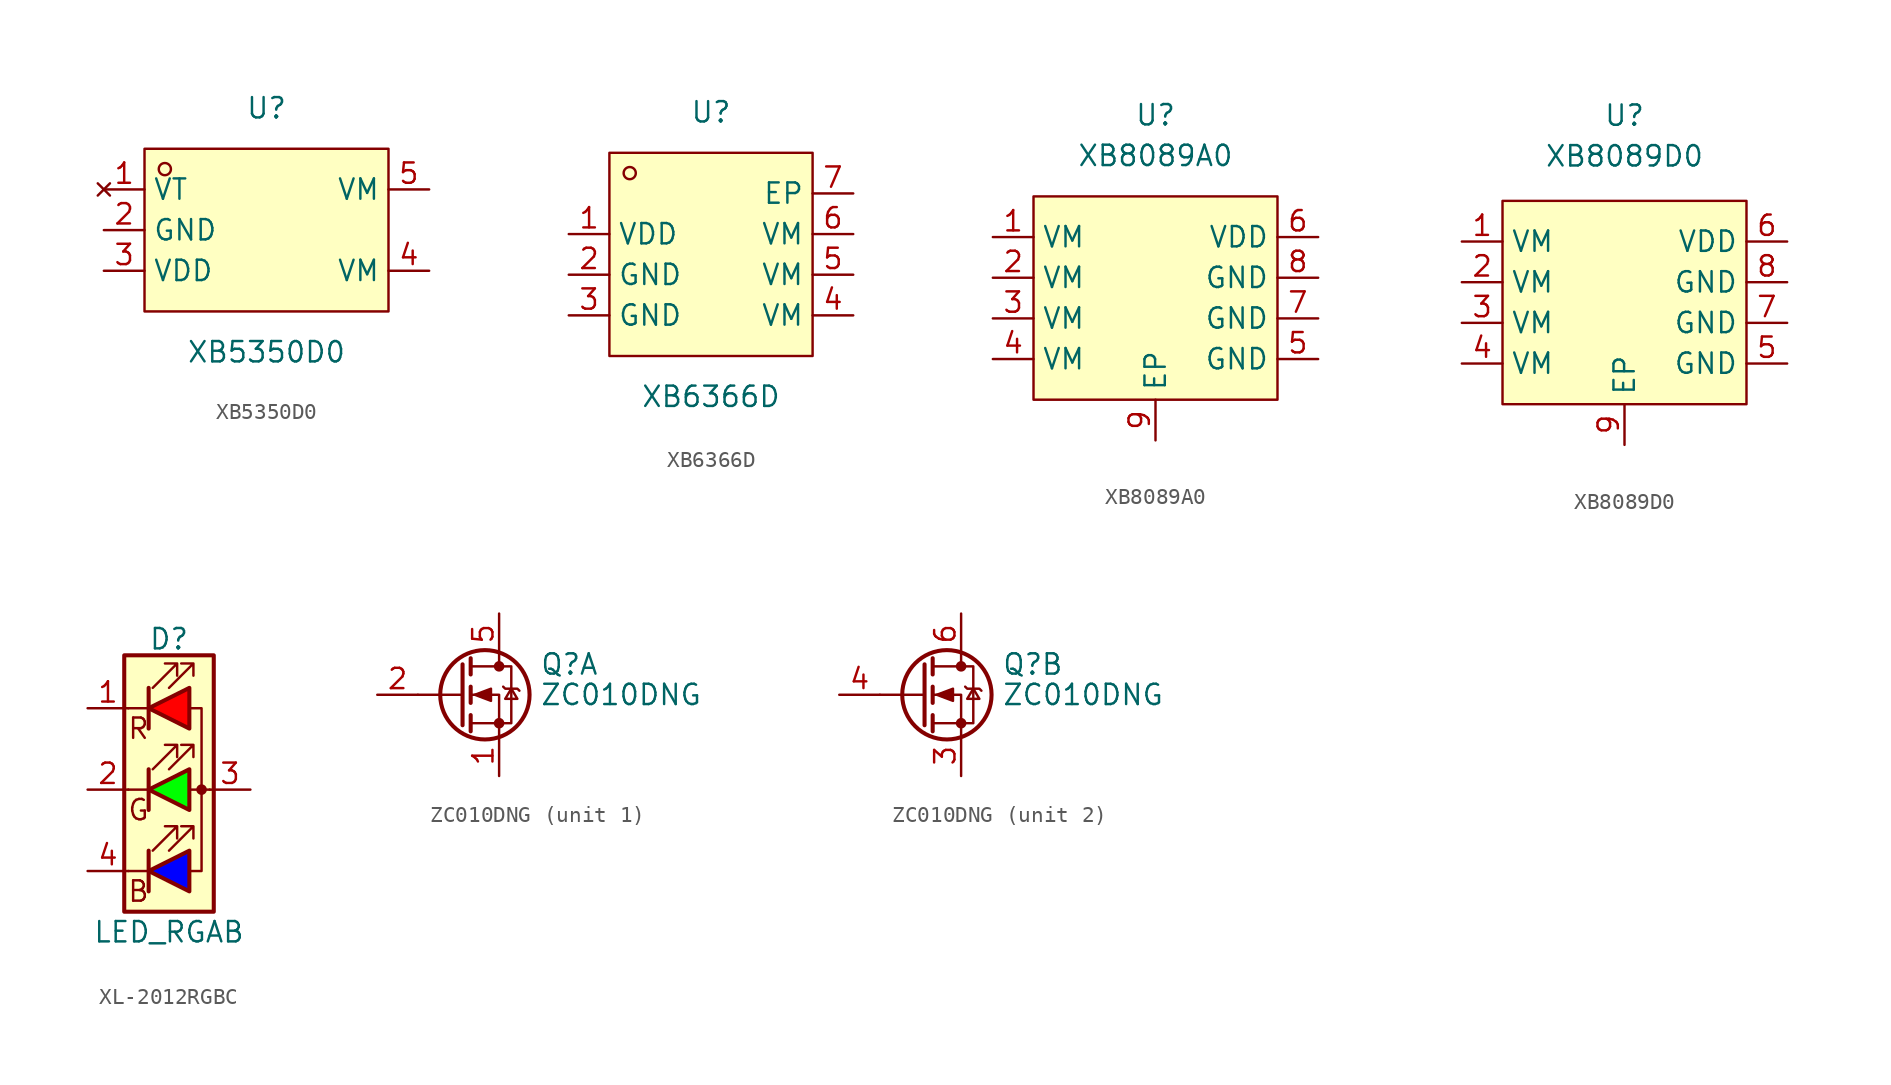
<source format=kicad_sym>
(kicad_symbol_lib
  (version 20231120)
  (generator "kicad_symbol_editor")
  (generator_version "8.0")
  (symbol "XB5350D0"
    (property "Reference" "U"
      (at 0 7.62 0)
      (effects (font (size 1.27 1.27))))
    (property "Value" "XB5350D0"
      (at 0 -7.62 0)
      (effects (font (size 1.27 1.27))))
    (symbol "XB5350D0_0_1"
      (rectangle (start -7.62 5.08) (end 7.62 -5.08) (stroke (width 0) (type default)) (fill (type background)))
      (circle (center -6.35 3.81) (radius 0.38) (stroke (width 0) (type default)) (fill (type none))))
    (symbol "XB5350D0_1_1"
      (pin no_connect line (at -10.16 2.54 0) (length 2.54) (name "VT" (effects (font (size 1.27 1.27)))) (number "1" (effects (font (size 1.27 1.27)))))
      (pin input line (at -10.16 0 0) (length 2.54) (name "GND" (effects (font (size 1.27 1.27)))) (number "2" (effects (font (size 1.27 1.27)))))
      (pin input line (at -10.16 -2.54 0) (length 2.54) (name "VDD" (effects (font (size 1.27 1.27)))) (number "3" (effects (font (size 1.27 1.27)))))
      (pin input line (at 10.16 -2.54 180) (length 2.54) (name "VM" (effects (font (size 1.27 1.27)))) (number "4" (effects (font (size 1.27 1.27)))))
      (pin input line (at 10.16 2.54 180) (length 2.54) (name "VM" (effects (font (size 1.27 1.27)))) (number "5" (effects (font (size 1.27 1.27)))))))
  (symbol "XB6366D"
    (property "Reference" "U"
      (at 0 8.89 0)
      (effects (font (size 1.27 1.27))))
    (property "Value" "XB6366D"
      (at 0 -8.89 0)
      (effects (font (size 1.27 1.27))))
    (symbol "XB6366D_0_1"
      (rectangle (start -6.35 6.35) (end 6.35 -6.35) (stroke (width 0) (type default)) (fill (type background)))
      (circle (center -5.08 5.08) (radius 0.38) (stroke (width 0) (type default)) (fill (type none))))
    (symbol "XB6366D_1_1"
      (pin input line (at -8.89 1.27 0) (length 2.54) (name "VDD" (effects (font (size 1.27 1.27)))) (number "1" (effects (font (size 1.27 1.27)))))
      (pin input line (at -8.89 -1.27 0) (length 2.54) (name "GND" (effects (font (size 1.27 1.27)))) (number "2" (effects (font (size 1.27 1.27)))))
      (pin input line (at -8.89 -3.81 0) (length 2.54) (name "GND" (effects (font (size 1.27 1.27)))) (number "3" (effects (font (size 1.27 1.27)))))
      (pin input line (at 8.89 -3.81 180) (length 2.54) (name "VM" (effects (font (size 1.27 1.27)))) (number "4" (effects (font (size 1.27 1.27)))))
      (pin input line (at 8.89 -1.27 180) (length 2.54) (name "VM" (effects (font (size 1.27 1.27)))) (number "5" (effects (font (size 1.27 1.27)))))
      (pin input line (at 8.89 1.27 180) (length 2.54) (name "VM" (effects (font (size 1.27 1.27)))) (number "6" (effects (font (size 1.27 1.27)))))
      (pin input line (at 8.89 3.81 180) (length 2.54) (name "EP" (effects (font (size 1.27 1.27)))) (number "7" (effects (font (size 1.27 1.27)))))))
  (symbol "XB8089A0"
    (property "Reference" "U"
      (at 0 11.43 0)
      (effects (font (size 1.27 1.27))))
    (property "Value" "XB8089A0"
      (at 0 8.89 0)
      (effects (font (size 1.27 1.27))))
    (symbol "XB8089A0_0_1"
      (rectangle (start -7.62 6.35) (end 7.62 -6.35) (stroke (width 0) (type default)) (fill (type background))))
    (symbol "XB8089A0_1_1"
      (pin passive line (at -10.16 3.81 0) (length 2.54) (name "VM" (effects (font (size 1.27 1.27)))) (number "1" (effects (font (size 1.27 1.27)))))
      (pin passive line (at -10.16 1.27 0) (length 2.54) (name "VM" (effects (font (size 1.27 1.27)))) (number "2" (effects (font (size 1.27 1.27)))))
      (pin passive line (at -10.16 -1.27 0) (length 2.54) (name "VM" (effects (font (size 1.27 1.27)))) (number "3" (effects (font (size 1.27 1.27)))))
      (pin passive line (at -10.16 -3.81 0) (length 2.54) (name "VM" (effects (font (size 1.27 1.27)))) (number "4" (effects (font (size 1.27 1.27)))))
      (pin passive line (at 10.16 -3.81 180) (length 2.54) (name "GND" (effects (font (size 1.27 1.27)))) (number "5" (effects (font (size 1.27 1.27)))))
      (pin passive line (at 10.16 3.81 180) (length 2.54) (name "VDD" (effects (font (size 1.27 1.27)))) (number "6" (effects (font (size 1.27 1.27)))))
      (pin passive line (at 10.16 -1.27 180) (length 2.54) (name "GND" (effects (font (size 1.27 1.27)))) (number "7" (effects (font (size 1.27 1.27)))))
      (pin passive line (at 10.16 1.27 180) (length 2.54) (name "GND" (effects (font (size 1.27 1.27)))) (number "8" (effects (font (size 1.27 1.27)))))
      (pin passive line (at 0 -8.89 90) (length 2.54) (name "EP" (effects (font (size 1.27 1.27)))) (number "9" (effects (font (size 1.27 1.27)))))))
  (symbol "XB8089D0"
    (property "Reference" "U"
      (at 0 10.414 0)
      (effects (font (size 1.27 1.27))))
    (property "Value" "XB8089D0"
      (at 0 7.874 0)
      (effects (font (size 1.27 1.27))))
    (symbol "XB8089D0_0_1"
      (rectangle (start -7.62 5.08) (end 7.62 -7.62) (stroke (width 0) (type default)) (fill (type background))))
    (symbol "XB8089D0_1_1"
      (pin passive line (at -10.16 2.54 0) (length 2.54) (name "VM" (effects (font (size 1.27 1.27)))) (number "1" (effects (font (size 1.27 1.27)))))
      (pin passive line (at -10.16 0 0) (length 2.54) (name "VM" (effects (font (size 1.27 1.27)))) (number "2" (effects (font (size 1.27 1.27)))))
      (pin passive line (at -10.16 -2.54 0) (length 2.54) (name "VM" (effects (font (size 1.27 1.27)))) (number "3" (effects (font (size 1.27 1.27)))))
      (pin passive line (at -10.16 -5.08 0) (length 2.54) (name "VM" (effects (font (size 1.27 1.27)))) (number "4" (effects (font (size 1.27 1.27)))))
      (pin passive line (at 10.16 -5.08 180) (length 2.54) (name "GND" (effects (font (size 1.27 1.27)))) (number "5" (effects (font (size 1.27 1.27)))))
      (pin passive line (at 10.16 2.54 180) (length 2.54) (name "VDD" (effects (font (size 1.27 1.27)))) (number "6" (effects (font (size 1.27 1.27)))))
      (pin passive line (at 10.16 -2.54 180) (length 2.54) (name "GND" (effects (font (size 1.27 1.27)))) (number "7" (effects (font (size 1.27 1.27)))))
      (pin passive line (at 10.16 0 180) (length 2.54) (name "GND" (effects (font (size 1.27 1.27)))) (number "8" (effects (font (size 1.27 1.27)))))
      (pin passive line (at 0 -10.16 90) (length 2.54) (name "EP" (effects (font (size 1.27 1.27)))) (number "9" (effects (font (size 1.27 1.27)))))))
  (symbol "XL-2012RGBC"
    (pin_names
      (offset 0) hide)
    (property "Reference" "D"
      (at 0 9.398 0)
      (effects (font (size 1.27 1.27))))
    (property "Value" "LED_RGAB"
      (at 0 -8.89 0)
      (effects (font (size 1.27 1.27))))
    (symbol "XL-2012RGBC_0_0"
      (text "B" (at -1.905 -6.35 0) (effects (font (size 1.27 1.27))))
      (text "G" (at -1.905 -1.27 0) (effects (font (size 1.27 1.27))))
      (text "R" (at -1.905 3.81 0) (effects (font (size 1.27 1.27)))))
    (symbol "XL-2012RGBC_0_1"
      (rectangle (start -2.794 8.382) (end 2.794 -7.62) (stroke (width 0.254) (type default)) (fill (type background)))
      (polyline (pts (xy -1.27 -5.08) (xy -2.54 -5.08)) (stroke (width 0) (type default)) (fill (type none)))
      (polyline (pts (xy -1.27 -3.81) (xy -1.27 -6.35)) (stroke (width 0.254) (type default)) (fill (type none)))
      (polyline (pts (xy -1.27 0) (xy -2.54 0)) (stroke (width 0) (type default)) (fill (type none)))
      (polyline (pts (xy -1.27 1.27) (xy -1.27 -1.27)) (stroke (width 0.254) (type default)) (fill (type none)))
      (polyline (pts (xy -1.27 5.08) (xy -2.54 5.08)) (stroke (width 0) (type default)) (fill (type none)))
      (polyline (pts (xy -1.27 6.35) (xy -1.27 3.81)) (stroke (width 0.254) (type default)) (fill (type none)))
      (polyline (pts (xy 1.27 0) (xy 2.54 0)) (stroke (width 0) (type default)) (fill (type none)))
      (polyline (pts (xy -1.27 1.27) (xy -1.27 -1.27) (xy -1.27 -1.27)) (stroke (width 0) (type default)) (fill (type none)))
      (polyline (pts (xy -1.27 6.35) (xy -1.27 3.81) (xy -1.27 3.81)) (stroke (width 0) (type default)) (fill (type none)))
      (polyline (pts (xy 1.27 -5.08) (xy 2.032 -5.08) (xy 2.032 5.08) (xy 1.27 5.08)) (stroke (width 0) (type default)) (fill (type none)))
      (polyline (pts (xy -1.016 -3.81) (xy 0.508 -2.286) (xy -0.254 -2.286) (xy 0.508 -2.286) (xy 0.508 -3.048)) (stroke (width 0) (type default)) (fill (type none)))
      (polyline (pts (xy -1.016 1.27) (xy 0.508 2.794) (xy -0.254 2.794) (xy 0.508 2.794) (xy 0.508 2.032)) (stroke (width 0) (type default)) (fill (type none)))
      (polyline (pts (xy -1.016 6.35) (xy 0.508 7.874) (xy -0.254 7.874) (xy 0.508 7.874) (xy 0.508 7.112)) (stroke (width 0) (type default)) (fill (type none)))
      (polyline (pts (xy 0 -3.81) (xy 1.524 -2.286) (xy 0.762 -2.286) (xy 1.524 -2.286) (xy 1.524 -3.048)) (stroke (width 0) (type default)) (fill (type none)))
      (polyline (pts (xy 0 1.27) (xy 1.524 2.794) (xy 0.762 2.794) (xy 1.524 2.794) (xy 1.524 2.032)) (stroke (width 0) (type default)) (fill (type none)))
      (polyline (pts (xy 0 6.35) (xy 1.524 7.874) (xy 0.762 7.874) (xy 1.524 7.874) (xy 1.524 7.112)) (stroke (width 0) (type default)) (fill (type none)))
      (rectangle (start 1.27 -1.27) (end 1.27 1.27) (stroke (width 0) (type default)) (fill (type none)))
      (rectangle (start 1.27 1.27) (end 1.27 1.27) (stroke (width 0) (type default)) (fill (type none)))
      (rectangle (start 1.27 3.81) (end 1.27 6.35) (stroke (width 0) (type default)) (fill (type none)))
      (rectangle (start 1.27 6.35) (end 1.27 6.35) (stroke (width 0) (type default)) (fill (type none)))
      (circle (center 2.032 0) (radius 0.254) (stroke (width 0) (type default)) (fill (type outline))))
    (symbol "XL-2012RGBC_1_1"
      (polyline (pts (xy 1.27 -3.81) (xy 1.27 -6.35) (xy -1.27 -5.08) (xy 1.27 -3.81)) (stroke (width 0.254) (type default)) (fill (type color) (color 0 0 255 1)))
      (polyline (pts (xy 1.27 1.27) (xy 1.27 -1.27) (xy -1.27 0) (xy 1.27 1.27)) (stroke (width 0.254) (type default)) (fill (type color) (color 0 255 0 1)))
      (polyline (pts (xy 1.27 6.35) (xy 1.27 3.81) (xy -1.27 5.08) (xy 1.27 6.35)) (stroke (width 0.254) (type default)) (fill (type color) (color 255 0 0 1)))
      (pin passive line (at -5.08 5.08 0) (length 2.54) (name "RK" (effects (font (size 1.27 1.27)))) (number "1" (effects (font (size 1.27 1.27)))))
      (pin passive line (at -5.08 0 0) (length 2.54) (name "GK" (effects (font (size 1.27 1.27)))) (number "2" (effects (font (size 1.27 1.27)))))
      (pin passive line (at 5.08 0 180) (length 2.54) (name "A" (effects (font (size 1.27 1.27)))) (number "3" (effects (font (size 1.27 1.27)))))
      (pin passive line (at -5.08 -5.08 0) (length 2.54) (name "BK" (effects (font (size 1.27 1.27)))) (number "4" (effects (font (size 1.27 1.27)))))))
  (symbol "ZC010DNG"
    (pin_names hide)
    (property "Reference" "Q"
      (at 5.08 1.905 0)
      (effects (font (size 1.27 1.27)) (justify left)))
    (property "Value" "ZC010DNG"
      (at 5.08 0 0)
      (effects (font (size 1.27 1.27)) (justify left)))
    (property "ki_locked" ""
      (at 0 0 0)
      (effects (font (size 1.27 1.27))))
    (symbol "ZC010DNG_0_1"
      (polyline (pts (xy 0.254 0) (xy -2.54 0)) (stroke (width 0) (type default)) (fill (type none)))
      (polyline (pts (xy 0.254 1.905) (xy 0.254 -1.905)) (stroke (width 0.254) (type default)) (fill (type none)))
      (polyline (pts (xy 0.762 -1.27) (xy 0.762 -2.286)) (stroke (width 0.254) (type default)) (fill (type none)))
      (polyline (pts (xy 0.762 0.508) (xy 0.762 -0.508)) (stroke (width 0.254) (type default)) (fill (type none)))
      (polyline (pts (xy 0.762 2.286) (xy 0.762 1.27)) (stroke (width 0.254) (type default)) (fill (type none)))
      (polyline (pts (xy 2.54 2.54) (xy 2.54 1.778)) (stroke (width 0) (type default)) (fill (type none)))
      (polyline (pts (xy 2.54 -2.54) (xy 2.54 0) (xy 0.762 0)) (stroke (width 0) (type default)) (fill (type none)))
      (polyline (pts (xy 0.762 -1.778) (xy 3.302 -1.778) (xy 3.302 1.778) (xy 0.762 1.778)) (stroke (width 0) (type default)) (fill (type none)))
      (polyline (pts (xy 1.016 0) (xy 2.032 0.381) (xy 2.032 -0.381) (xy 1.016 0)) (stroke (width 0) (type default)) (fill (type outline)))
      (polyline (pts (xy 2.794 0.508) (xy 2.921 0.381) (xy 3.683 0.381) (xy 3.81 0.254)) (stroke (width 0) (type default)) (fill (type none)))
      (polyline (pts (xy 3.302 0.381) (xy 2.921 -0.254) (xy 3.683 -0.254) (xy 3.302 0.381)) (stroke (width 0) (type default)) (fill (type none)))
      (circle (center 1.651 0) (radius 2.794) (stroke (width 0.254) (type default)) (fill (type none)))
      (circle (center 2.54 -1.778) (radius 0.254) (stroke (width 0) (type default)) (fill (type outline)))
      (circle (center 2.54 1.778) (radius 0.254) (stroke (width 0) (type default)) (fill (type outline))))
    (symbol "ZC010DNG_1_1"
      (pin passive line (at 2.54 -5.08 90) (length 2.54) (name "S" (effects (font (size 1.27 1.27)))) (number "1" (effects (font (size 1.27 1.27)))))
      (pin input line (at -5.08 0 0) (length 2.54) (name "G" (effects (font (size 1.27 1.27)))) (number "2" (effects (font (size 1.27 1.27)))))
      (pin passive line (at 2.54 5.08 270) (length 2.54) (name "D" (effects (font (size 1.27 1.27)))) (number "5" (effects (font (size 1.27 1.27))))))
    (symbol "ZC010DNG_2_1"
      (pin passive line (at 2.54 -5.08 90) (length 2.54) (name "S" (effects (font (size 1.27 1.27)))) (number "3" (effects (font (size 1.27 1.27)))))
      (pin input line (at -5.08 0 0) (length 2.54) (name "G" (effects (font (size 1.27 1.27)))) (number "4" (effects (font (size 1.27 1.27)))))
      (pin passive line (at 2.54 5.08 270) (length 2.54) (name "D" (effects (font (size 1.27 1.27)))) (number "6" (effects (font (size 1.27 1.27))))))))
</source>
